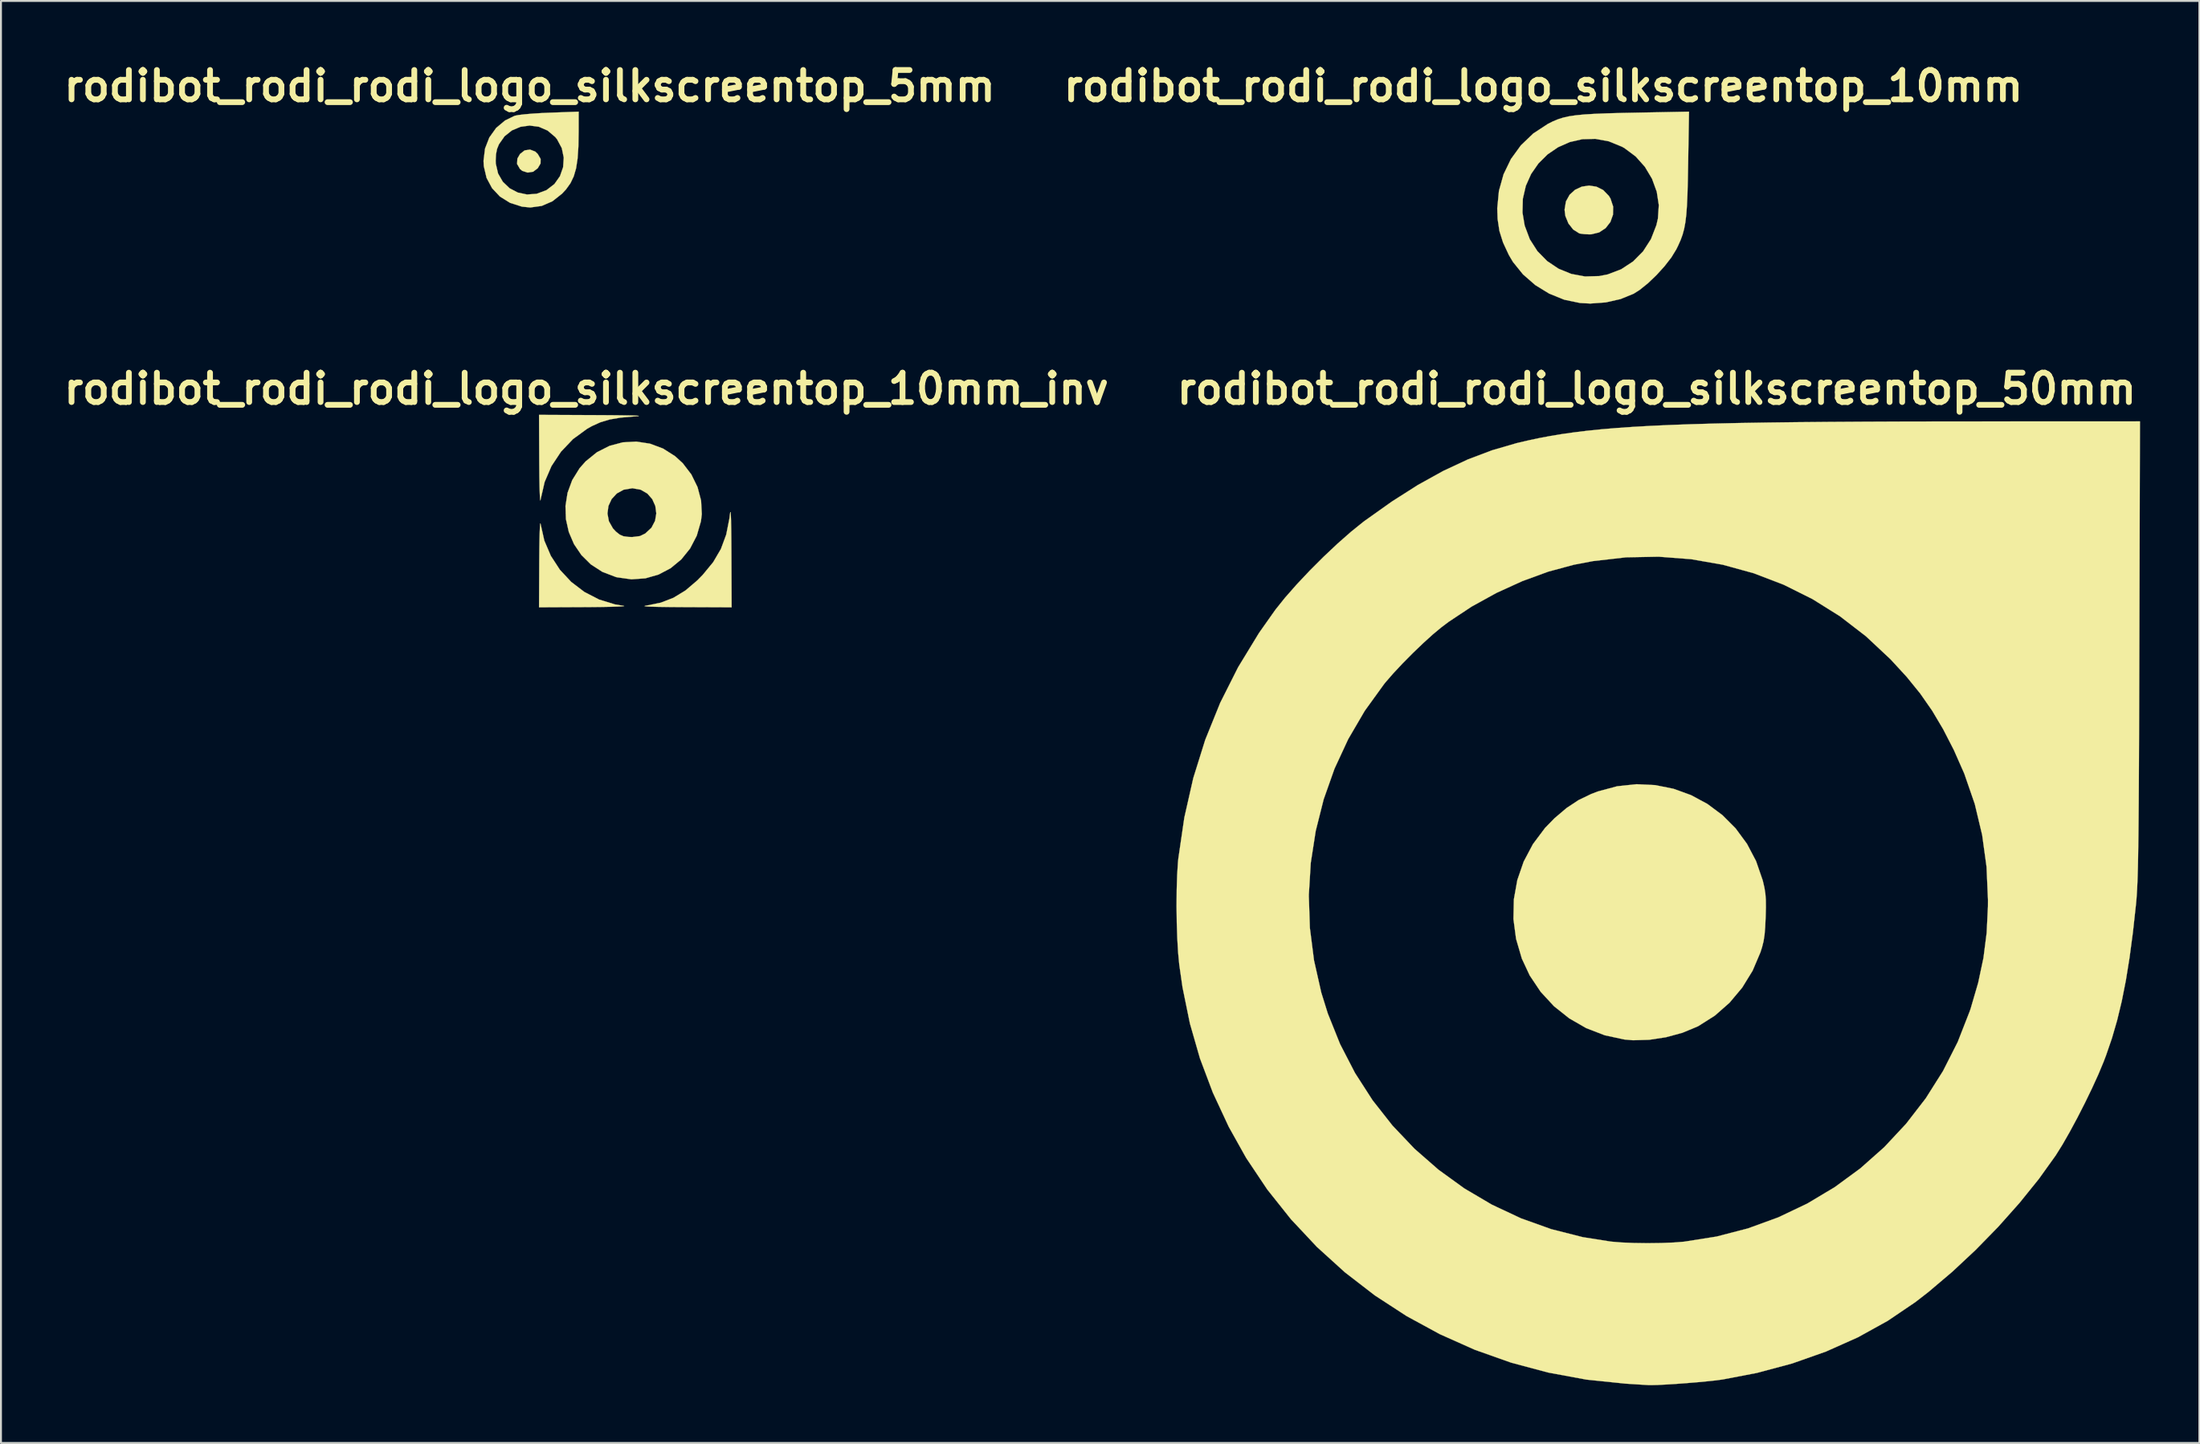
<source format=kicad_pcb>
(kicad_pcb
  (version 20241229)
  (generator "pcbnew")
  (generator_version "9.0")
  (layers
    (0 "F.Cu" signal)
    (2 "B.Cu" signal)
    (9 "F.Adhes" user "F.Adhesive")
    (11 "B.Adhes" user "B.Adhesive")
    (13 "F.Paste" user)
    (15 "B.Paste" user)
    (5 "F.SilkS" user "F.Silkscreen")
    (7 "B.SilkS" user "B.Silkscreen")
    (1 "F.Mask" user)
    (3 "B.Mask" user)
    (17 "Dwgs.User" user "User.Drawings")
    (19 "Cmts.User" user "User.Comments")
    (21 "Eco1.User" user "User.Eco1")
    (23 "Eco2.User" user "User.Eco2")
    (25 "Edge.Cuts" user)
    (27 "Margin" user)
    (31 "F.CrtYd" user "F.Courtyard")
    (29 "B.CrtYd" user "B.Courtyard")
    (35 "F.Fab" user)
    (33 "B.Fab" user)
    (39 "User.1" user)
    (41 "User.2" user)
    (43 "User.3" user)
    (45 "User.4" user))
  (footprint "rodibot_rodi_rodi_logo_silkscreentop_5mm"
    (layer "F.Cu")
    (at 24.428 5.228)
    (property "Reference" "rodibot_rodi_rodi_logo_silkscreentop_5mm" (at 0 -3.81 0) (layer "F.SilkS") (effects (font (size 1.524 1.524) (thickness 0.3))))
    (attr through_hole)
    (fp_poly (pts (xy 0.285 -0.411) (xy 0.417 -0.285) (xy 0.566 -0.027) (xy 0.562 0.209) (xy 0.417 0.454) (xy 0.18 0.635) (xy -0.107 0.681) (xy -0.385 0.591) (xy -0.505 0.492) (xy -0.656 0.231) (xy -0.639 -0.047) (xy -0.502 -0.285) (xy -0.263 -0.471) (xy 0.016 -0.513) (xy 0.285 -0.411)) (stroke (width 0.01) (type solid)) (fill yes) (layer "F.SilkS"))
    (fp_poly (pts (xy 2.538 -1.432) (xy 2.525 -0.669) (xy 2.483 -0.048) (xy 2.406 0.457) (xy 2.285 0.874) (xy 2.116 1.228) (xy 1.889 1.546) (xy 1.679 1.774) (xy 1.178 2.17) (xy 0.623 2.411) (xy 0.031 2.492) (xy -0.401 2.449) (xy -1.021 2.251) (xy -1.544 1.925) (xy -1.954 1.488) (xy -2.238 0.957) (xy -2.381 0.349) (xy -2.396 0.067) (xy -2.395 0.063) (xy -1.766 0.063) (xy -1.76 0.216) (xy -1.641 0.729) (xy -1.394 1.159) (xy -1.045 1.493) (xy -0.618 1.717) (xy -0.141 1.818) (xy 0.36 1.782) (xy 0.86 1.596) (xy 0.875 1.588) (xy 1.283 1.273) (xy 1.57 0.866) (xy 1.733 0.399) (xy 1.766 -0.097) (xy 1.664 -0.589) (xy 1.421 -1.045) (xy 1.325 -1.164) (xy 0.928 -1.501) (xy 0.475 -1.698) (xy -0.004 -1.761) (xy -0.48 -1.695) (xy -0.924 -1.508) (xy -1.305 -1.204) (xy -1.595 -0.79) (xy -1.694 -0.548) (xy -1.748 -0.274) (xy -1.766 0.063) (xy -2.395 0.063) (xy -2.318 -0.565) (xy -2.095 -1.14) (xy -1.743 -1.634) (xy -1.279 -2.024) (xy -0.782 -2.266) (xy -0.594 -2.305) (xy -0.268 -2.344) (xy 0.16 -2.381) (xy 0.658 -2.411) (xy 1.032 -2.427) (xy 2.54 -2.482) (xy 2.538 -1.432)) (stroke (width 0.01) (type solid)) (fill yes) (layer "F.SilkS")))
  (footprint "rodibot_rodi_rodi_logo_silkscreentop_10mm"
    (layer "F.Cu")
    (at 79.549 7.768)
    (property "Reference" "rodibot_rodi_rodi_logo_silkscreentop_10mm" (at -2.54 -6.35 0) (layer "F.SilkS") (effects (font (size 1.524 1.524) (thickness 0.3))))
    (attr through_hole)
    (fp_poly (pts (xy 0.213 -1.128) (xy 0.564 -0.953) (xy 0.858 -0.65) (xy 0.944 -0.509) (xy 1.082 -0.092) (xy 1.074 0.323) (xy 0.938 0.704) (xy 0.692 1.022) (xy 0.354 1.246) (xy -0.059 1.346) (xy -0.161 1.348) (xy -0.425 1.334) (xy -0.63 1.307) (xy -0.677 1.295) (xy -0.99 1.098) (xy -1.239 0.781) (xy -1.398 0.392) (xy -1.439 0.068) (xy -1.368 -0.363) (xy -1.175 -0.711) (xy -0.891 -0.969) (xy -0.545 -1.129) (xy -0.167 -1.185) (xy 0.213 -1.128)) (stroke (width 0.01) (type solid)) (fill yes) (layer "F.SilkS"))
    (fp_poly (pts (xy 4.971 -2.321) (xy 4.955 -1.46) (xy 4.936 -0.747) (xy 4.91 -0.159) (xy 4.875 0.323) (xy 4.827 0.723) (xy 4.764 1.062) (xy 4.683 1.361) (xy 4.581 1.642) (xy 4.454 1.927) (xy 4.356 2.126) (xy 4.1 2.545) (xy 3.743 3.005) (xy 3.324 3.466) (xy 2.88 3.89) (xy 2.45 4.235) (xy 2.15 4.425) (xy 1.468 4.705) (xy 0.698 4.879) (xy -0.105 4.938) (xy -0.635 4.91) (xy -1.453 4.74) (xy -2.237 4.423) (xy -2.961 3.978) (xy -3.597 3.422) (xy -4.118 2.776) (xy -4.332 2.413) (xy -4.631 1.769) (xy -4.819 1.17) (xy -4.912 0.551) (xy -4.923 0.219) (xy -3.622 0.219) (xy -3.509 0.892) (xy -3.243 1.602) (xy -2.848 2.219) (xy -2.344 2.733) (xy -1.751 3.131) (xy -1.09 3.401) (xy -0.38 3.533) (xy 0.359 3.513) (xy 0.794 3.428) (xy 1.496 3.161) (xy 2.114 2.755) (xy 2.635 2.228) (xy 3.043 1.594) (xy 3.324 0.871) (xy 3.404 0.525) (xy 3.45 -0.169) (xy 3.343 -0.867) (xy 3.098 -1.539) (xy 2.728 -2.159) (xy 2.247 -2.698) (xy 1.668 -3.13) (xy 1.542 -3.201) (xy 0.852 -3.483) (xy 0.16 -3.61) (xy -0.519 -3.593) (xy -1.169 -3.444) (xy -1.774 -3.177) (xy -2.321 -2.804) (xy -2.792 -2.337) (xy -3.173 -1.789) (xy -3.449 -1.172) (xy -3.604 -0.499) (xy -3.622 0.219) (xy -4.923 0.219) (xy -4.931 0) (xy -4.844 -0.908) (xy -4.604 -1.769) (xy -4.22 -2.564) (xy -3.703 -3.276) (xy -3.062 -3.889) (xy -2.31 -4.383) (xy -2.306 -4.386) (xy -2.047 -4.516) (xy -1.792 -4.623) (xy -1.52 -4.71) (xy -1.212 -4.78) (xy -0.847 -4.834) (xy -0.406 -4.877) (xy 0.131 -4.909) (xy 0.784 -4.935) (xy 1.573 -4.956) (xy 2.19 -4.968) (xy 5.016 -5.022) (xy 4.971 -2.321)) (stroke (width 0.01) (type solid)) (fill yes) (layer "F.SilkS")))
  (footprint "rodibot_rodi_rodi_logo_silkscreentop_50mm"
    (layer "F.Cu")
    (at 82.887 43.8)
    (property "Reference" "rodibot_rodi_rodi_logo_silkscreentop_50mm" (at 0 -26.67 0) (layer "F.SilkS") (effects (font (size 1.524 1.524) (thickness 0.3))))
    (attr through_hole)
    (fp_poly (pts (xy -0.076 -6.096) (xy 0.875 -5.905) (xy 1.783 -5.576) (xy 2.632 -5.119) (xy 3.408 -4.54) (xy 4.098 -3.847) (xy 4.685 -3.049) (xy 5.156 -2.153) (xy 5.496 -1.167) (xy 5.513 -1.104) (xy 5.59 -0.771) (xy 5.638 -0.469) (xy 5.663 -0.148) (xy 5.667 0.242) (xy 5.654 0.75) (xy 5.653 0.758) (xy 5.63 1.278) (xy 5.596 1.679) (xy 5.545 2.009) (xy 5.468 2.317) (xy 5.384 2.582) (xy 4.978 3.537) (xy 4.437 4.417) (xy 3.779 5.201) (xy 3.02 5.869) (xy 2.177 6.404) (xy 2.1 6.443) (xy 1.331 6.762) (xy 0.483 6.992) (xy -0.387 7.124) (xy -1.227 7.148) (xy -1.677 7.109) (xy -2.695 6.889) (xy -3.653 6.519) (xy -4.536 6.011) (xy -5.329 5.379) (xy -6.017 4.634) (xy -6.584 3.787) (xy -6.993 2.91) (xy -7.293 1.886) (xy -7.429 0.855) (xy -7.407 -0.168) (xy -7.228 -1.168) (xy -6.897 -2.128) (xy -6.418 -3.033) (xy -5.793 -3.868) (xy -5.3 -4.375) (xy -4.675 -4.905) (xy -4.059 -5.314) (xy -3.394 -5.635) (xy -3.049 -5.767) (xy -2.053 -6.035) (xy -1.057 -6.142) (xy -0.076 -6.096)) (stroke (width 0.01) (type solid)) (fill yes) (layer "F.SilkS"))
    (fp_poly (pts (xy 25.038 -13.145) (xy 25.033 -11.453) (xy 25.028 -9.922) (xy 25.023 -8.543) (xy 25.018 -7.305) (xy 25.012 -6.2) (xy 25.006 -5.218) (xy 24.999 -4.352) (xy 24.992 -3.591) (xy 24.983 -2.926) (xy 24.974 -2.348) (xy 24.964 -1.849) (xy 24.952 -1.418) (xy 24.939 -1.048) (xy 24.924 -0.728) (xy 24.908 -0.45) (xy 24.891 -0.204) (xy 24.871 0.018) (xy 24.865 0.085) (xy 24.705 1.543) (xy 24.531 2.854) (xy 24.34 4.039) (xy 24.127 5.117) (xy 23.887 6.112) (xy 23.617 7.044) (xy 23.311 7.934) (xy 23.183 8.271) (xy 22.915 8.914) (xy 22.585 9.638) (xy 22.214 10.404) (xy 21.822 11.172) (xy 21.428 11.904) (xy 21.054 12.559) (xy 20.718 13.098) (xy 20.694 13.135) (xy 19.824 14.349) (xy 18.823 15.59) (xy 17.722 16.828) (xy 16.548 18.031) (xy 15.331 19.169) (xy 14.101 20.212) (xy 13.42 20.741) (xy 11.99 21.71) (xy 10.441 22.567) (xy 8.785 23.307) (xy 7.034 23.925) (xy 5.199 24.417) (xy 3.423 24.757) (xy 3.083 24.803) (xy 2.635 24.851) (xy 2.115 24.9) (xy 1.56 24.946) (xy 1.007 24.987) (xy 0.49 25.019) (xy 0.047 25.042) (xy -0.286 25.05) (xy -0.423 25.048) (xy -0.591 25.038) (xy -0.884 25.02) (xy -1.259 24.996) (xy -1.614 24.974) (xy -3.643 24.764) (xy -5.629 24.397) (xy -7.563 23.879) (xy -9.437 23.214) (xy -11.243 22.407) (xy -12.973 21.465) (xy -14.619 20.393) (xy -16.172 19.194) (xy -17.624 17.876) (xy -18.967 16.443) (xy -20.194 14.901) (xy -21.295 13.254) (xy -22.196 11.642) (xy -23.022 9.867) (xy -23.691 8.089) (xy -24.212 6.276) (xy -24.596 4.396) (xy -24.765 3.217) (xy -24.824 2.593) (xy -24.867 1.85) (xy -24.894 1.033) (xy -24.905 0.187) (xy -24.9 -0.374) (xy -18.045 -0.374) (xy -17.989 1.317) (xy -17.774 3.003) (xy -17.398 4.672) (xy -17.06 5.757) (xy -16.423 7.345) (xy -15.646 8.849) (xy -14.738 10.261) (xy -13.707 11.573) (xy -12.563 12.779) (xy -11.315 13.871) (xy -9.973 14.842) (xy -8.544 15.685) (xy -7.038 16.392) (xy -5.465 16.955) (xy -3.833 17.369) (xy -2.371 17.6) (xy -1.831 17.645) (xy -1.178 17.672) (xy -0.469 17.682) (xy 0.242 17.673) (xy 0.897 17.647) (xy 1.422 17.605) (xy 3.107 17.338) (xy 4.74 16.914) (xy 6.311 16.341) (xy 7.812 15.626) (xy 9.234 14.776) (xy 10.568 13.797) (xy 11.806 12.698) (xy 12.938 11.485) (xy 13.957 10.166) (xy 14.853 8.747) (xy 15.618 7.236) (xy 16.242 5.639) (xy 16.289 5.501) (xy 16.679 4.165) (xy 16.952 2.877) (xy 17.118 1.577) (xy 17.185 0.205) (xy 17.187 -0.142) (xy 17.112 -1.858) (xy 16.885 -3.51) (xy 16.502 -5.116) (xy 15.958 -6.692) (xy 15.418 -7.916) (xy 14.863 -8.997) (xy 14.293 -9.958) (xy 13.675 -10.846) (xy 12.976 -11.709) (xy 12.161 -12.596) (xy 12.113 -12.645) (xy 10.855 -13.823) (xy 9.509 -14.86) (xy 8.084 -15.752) (xy 6.59 -16.497) (xy 5.037 -17.093) (xy 3.433 -17.535) (xy 1.788 -17.823) (xy 0.11 -17.952) (xy -1.589 -17.92) (xy -3.302 -17.724) (xy -4.292 -17.536) (xy -5.619 -17.178) (xy -6.973 -16.683) (xy -8.312 -16.072) (xy -9.597 -15.363) (xy -10.786 -14.575) (xy -11.176 -14.281) (xy -11.615 -13.915) (xy -12.121 -13.456) (xy -12.658 -12.94) (xy -13.187 -12.405) (xy -13.669 -11.889) (xy -14.067 -11.43) (xy -14.136 -11.345) (xy -15.141 -9.954) (xy -16 -8.483) (xy -16.712 -6.947) (xy -17.274 -5.356) (xy -17.685 -3.722) (xy -17.943 -2.058) (xy -18.045 -0.374) (xy -24.9 -0.374) (xy -24.898 -0.643) (xy -24.874 -1.412) (xy -24.833 -2.074) (xy -24.812 -2.286) (xy -24.502 -4.407) (xy -24.037 -6.461) (xy -23.417 -8.447) (xy -22.641 -10.366) (xy -21.711 -12.215) (xy -20.626 -13.996) (xy -19.778 -15.198) (xy -19.279 -15.822) (xy -18.675 -16.509) (xy -17.997 -17.229) (xy -17.28 -17.946) (xy -16.555 -18.629) (xy -15.856 -19.245) (xy -15.216 -19.761) (xy -15.141 -19.817) (xy -13.732 -20.818) (xy -12.383 -21.677) (xy -11.079 -22.4) (xy -9.801 -22.998) (xy -8.536 -23.477) (xy -7.265 -23.847) (xy -7.197 -23.863) (xy -6.649 -23.991) (xy -6.091 -24.11) (xy -5.515 -24.218) (xy -4.913 -24.318) (xy -4.277 -24.408) (xy -3.599 -24.491) (xy -2.87 -24.565) (xy -2.084 -24.632) (xy -1.231 -24.691) (xy -0.303 -24.744) (xy 0.707 -24.79) (xy 1.807 -24.83) (xy 3.005 -24.864) (xy 4.311 -24.893) (xy 5.73 -24.916) (xy 7.273 -24.935) (xy 8.945 -24.95) (xy 10.757 -24.961) (xy 12.715 -24.969) (xy 14.828 -24.973) (xy 16.663 -24.974) (xy 25.07 -24.977) (xy 25.038 -13.145)) (stroke (width 0.01) (type solid)) (fill yes) (layer "F.SilkS")))
  (footprint "rodibot_rodi_rodi_logo_silkscreentop_10mm_inv"
    (layer "F.Cu")
    (at 29.907 23.48)
    (property "Reference" "rodibot_rodi_rodi_logo_silkscreentop_10mm_inv" (at -2.54 -6.35 0) (layer "F.SilkS") (effects (font (size 1.524 1.524) (thickness 0.3))))
    (attr through_hole)
    (fp_poly (pts (xy -4.916 0.656) (xy -4.913 0.678) (xy -4.721 1.533) (xy -4.381 2.328) (xy -3.912 3.048) (xy -3.328 3.675) (xy -2.647 4.195) (xy -1.884 4.59) (xy -1.056 4.845) (xy -0.635 4.913) (xy -0.577 4.929) (xy -0.676 4.944) (xy -0.919 4.957) (xy -1.293 4.968) (xy -1.787 4.977) (xy -2.388 4.983) (xy -2.561 4.984) (xy -4.995 4.995) (xy -4.984 2.603) (xy -4.979 1.98) (xy -4.971 1.459) (xy -4.96 1.054) (xy -4.947 0.776) (xy -4.932 0.639) (xy -4.916 0.656)) (stroke (width 0.01) (type solid)) (fill yes) (layer "F.SilkS"))
    (fp_poly (pts (xy 4.94 0.058) (xy 4.954 0.208) (xy 4.965 0.508) (xy 4.974 0.962) (xy 4.98 1.576) (xy 4.984 2.265) (xy 4.995 4.995) (xy 2.519 4.985) (xy 1.786 4.98) (xy 1.219 4.972) (xy 0.814 4.962) (xy 0.566 4.948) (xy 0.474 4.931) (xy 0.532 4.911) (xy 0.579 4.904) (xy 1.317 4.755) (xy 1.982 4.498) (xy 2.605 4.117) (xy 3.217 3.595) (xy 3.492 3.315) (xy 4.037 2.653) (xy 4.439 1.967) (xy 4.715 1.22) (xy 4.882 0.374) (xy 4.904 0.186) (xy 4.924 0.053) (xy 4.94 0.058)) (stroke (width 0.01) (type solid)) (fill yes) (layer "F.SilkS"))
    (fp_poly (pts (xy -2.053 -4.982) (xy -1.282 -4.978) (xy -0.676 -4.972) (xy -0.233 -4.964) (xy 0.051 -4.955) (xy 0.181 -4.944) (xy 0.159 -4.931) (xy -0.011 -4.916) (xy -0.085 -4.911) (xy -0.768 -4.851) (xy -1.329 -4.756) (xy -1.812 -4.611) (xy -2.263 -4.407) (xy -2.498 -4.274) (xy -3.234 -3.737) (xy -3.855 -3.084) (xy -4.35 -2.336) (xy -4.705 -1.511) (xy -4.908 -0.628) (xy -4.913 -0.595) (xy -4.929 -0.548) (xy -4.944 -0.657) (xy -4.958 -0.909) (xy -4.969 -1.292) (xy -4.978 -1.793) (xy -4.983 -2.399) (xy -4.984 -2.561) (xy -4.995 -4.995) (xy -2.053 -4.982)) (stroke (width 0.01) (type solid)) (fill yes) (layer "F.SilkS"))
    (fp_poly (pts (xy 0.758 -3.5) (xy 1.434 -3.248) (xy 2.06 -2.851) (xy 2.458 -2.487) (xy 2.905 -1.903) (xy 3.227 -1.245) (xy 3.411 -0.547) (xy 3.448 0.158) (xy 3.404 0.525) (xy 3.186 1.278) (xy 2.84 1.943) (xy 2.384 2.508) (xy 1.834 2.962) (xy 1.209 3.293) (xy 0.524 3.49) (xy -0.201 3.542) (xy -0.949 3.437) (xy -1.016 3.42) (xy -1.711 3.154) (xy -2.307 2.768) (xy -2.799 2.28) (xy -3.183 1.713) (xy -3.451 1.086) (xy -3.6 0.42) (xy -3.61 0.127) (xy -1.446 0.127) (xy -1.372 0.526) (xy -1.161 0.901) (xy -1.003 1.069) (xy -0.808 1.223) (xy -0.615 1.306) (xy -0.357 1.341) (xy -0.161 1.348) (xy 0.241 1.297) (xy 0.517 1.162) (xy 0.837 0.863) (xy 1.024 0.505) (xy 1.088 0.119) (xy 1.037 -0.266) (xy 0.879 -0.619) (xy 0.624 -0.91) (xy 0.28 -1.109) (xy -0.144 -1.185) (xy -0.161 -1.185) (xy -0.601 -1.112) (xy -0.961 -0.915) (xy -1.23 -0.623) (xy -1.395 -0.266) (xy -1.446 0.127) (xy -3.61 0.127) (xy -3.623 -0.265) (xy -3.516 -0.948) (xy -3.273 -1.609) (xy -2.889 -2.228) (xy -2.579 -2.579) (xy -1.991 -3.056) (xy -1.341 -3.385) (xy -0.651 -3.569) (xy 0.056 -3.607) (xy 0.758 -3.5)) (stroke (width 0.01) (type solid)) (fill yes) (layer "F.SilkS")))
  (gr_rect
    (start -3 -3)
    (end 111.04 71.855)
    (stroke (width 0.1) (type default))
    (fill no)
    (layer "Edge.Cuts")))
</source>
